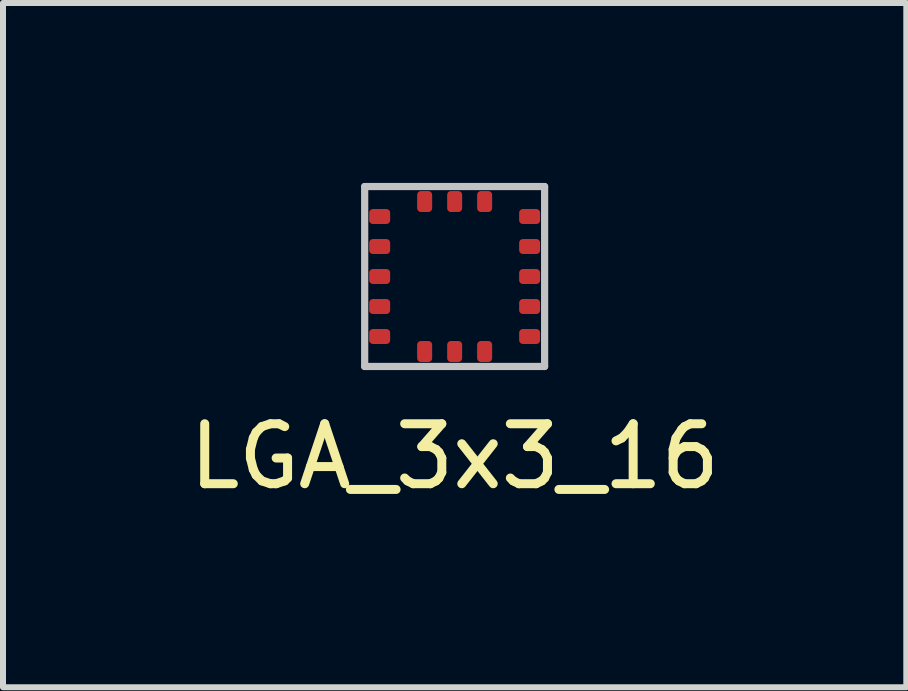
<source format=kicad_pcb>
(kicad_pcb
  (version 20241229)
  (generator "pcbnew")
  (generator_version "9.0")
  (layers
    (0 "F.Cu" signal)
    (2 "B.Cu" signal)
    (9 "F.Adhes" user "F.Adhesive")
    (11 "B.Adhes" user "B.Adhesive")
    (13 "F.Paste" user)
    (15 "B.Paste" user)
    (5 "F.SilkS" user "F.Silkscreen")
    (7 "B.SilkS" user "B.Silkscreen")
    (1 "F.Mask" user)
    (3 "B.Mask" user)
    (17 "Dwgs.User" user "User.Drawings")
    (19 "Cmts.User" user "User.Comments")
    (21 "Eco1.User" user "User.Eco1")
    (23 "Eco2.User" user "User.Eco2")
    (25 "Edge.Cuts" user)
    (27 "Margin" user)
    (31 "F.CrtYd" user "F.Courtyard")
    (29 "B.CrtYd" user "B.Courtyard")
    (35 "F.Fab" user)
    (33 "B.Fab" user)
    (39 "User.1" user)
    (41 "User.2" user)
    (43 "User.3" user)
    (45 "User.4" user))
  (footprint "LGA_3x3_16"
    (layer "F.Cu")
    (at 4.53 1.56)
    (property "Reference" "LGA_3x3_16" (at 0 3 0) (layer "F.SilkS") (effects (font (size 1 1) (thickness 0.15))))
    (attr through_hole)
    (fp_line (start -1.5 -1.5) (end 1.5 -1.5) (stroke (width 0.12) (type solid)) (layer "Dwgs.User"))
    (fp_line (start -1.5 1.5) (end -1.5 -1.5) (stroke (width 0.12) (type solid)) (layer "Dwgs.User"))
    (fp_line (start 1.5 -1.5) (end 1.5 1.5) (stroke (width 0.12) (type solid)) (layer "Dwgs.User"))
    (fp_line (start 1.5 1.5) (end -1.5 1.5) (stroke (width 0.12) (type solid)) (layer "Dwgs.User"))
    (pad "1" smd roundrect (at -1.25 -1 90) (size 0.25 0.35) (layers "F.Cu" "F.Mask" "F.Paste") (roundrect_rratio 0.25))
    (pad "2" smd roundrect (at -1.25 -0.5 90) (size 0.25 0.35) (layers "F.Cu" "F.Mask" "F.Paste") (roundrect_rratio 0.25))
    (pad "3" smd roundrect (at -1.25 0 90) (size 0.25 0.35) (layers "F.Cu" "F.Mask" "F.Paste") (roundrect_rratio 0.25))
    (pad "4" smd roundrect (at -1.25 0.5 90) (size 0.25 0.35) (layers "F.Cu" "F.Mask" "F.Paste") (roundrect_rratio 0.25))
    (pad "5" smd roundrect (at -1.25 1 90) (size 0.25 0.35) (layers "F.Cu" "F.Mask" "F.Paste") (roundrect_rratio 0.25))
    (pad "6" smd roundrect (at -0.5 1.25 180) (size 0.25 0.35) (layers "F.Cu" "F.Mask" "F.Paste") (roundrect_rratio 0.25))
    (pad "7" smd roundrect (at 0 1.25 180) (size 0.25 0.35) (layers "F.Cu" "F.Mask" "F.Paste") (roundrect_rratio 0.25))
    (pad "8" smd roundrect (at 0.5 1.25 180) (size 0.25 0.35) (layers "F.Cu" "F.Mask" "F.Paste") (roundrect_rratio 0.25))
    (pad "9" smd roundrect (at 1.25 1 270) (size 0.25 0.35) (layers "F.Cu" "F.Mask" "F.Paste") (roundrect_rratio 0.25))
    (pad "10" smd roundrect (at 1.25 0.5 270) (size 0.25 0.35) (layers "F.Cu" "F.Mask" "F.Paste") (roundrect_rratio 0.25))
    (pad "11" smd roundrect (at 1.25 0 270) (size 0.25 0.35) (layers "F.Cu" "F.Mask" "F.Paste") (roundrect_rratio 0.25))
    (pad "12" smd roundrect (at 1.25 -0.5 270) (size 0.25 0.35) (layers "F.Cu" "F.Mask" "F.Paste") (roundrect_rratio 0.25))
    (pad "13" smd roundrect (at 1.25 -1 270) (size 0.25 0.35) (layers "F.Cu" "F.Mask" "F.Paste") (roundrect_rratio 0.25))
    (pad "14" smd roundrect (at 0 -1.25) (size 0.25 0.35) (layers "F.Cu" "F.Mask" "F.Paste") (roundrect_rratio 0.25))
    (pad "15" smd roundrect (at 0.5 -1.25) (size 0.25 0.35) (layers "F.Cu" "F.Mask" "F.Paste") (roundrect_rratio 0.25))
    (pad "16" smd roundrect (at -0.5 -1.25) (size 0.25 0.35) (layers "F.Cu" "F.Mask" "F.Paste") (roundrect_rratio 0.25)))
  (gr_rect
    (start -3 -3)
    (end 12.06 8.408)
    (stroke (width 0.1) (type default))
    (fill no)
    (layer "Edge.Cuts")))
</source>
